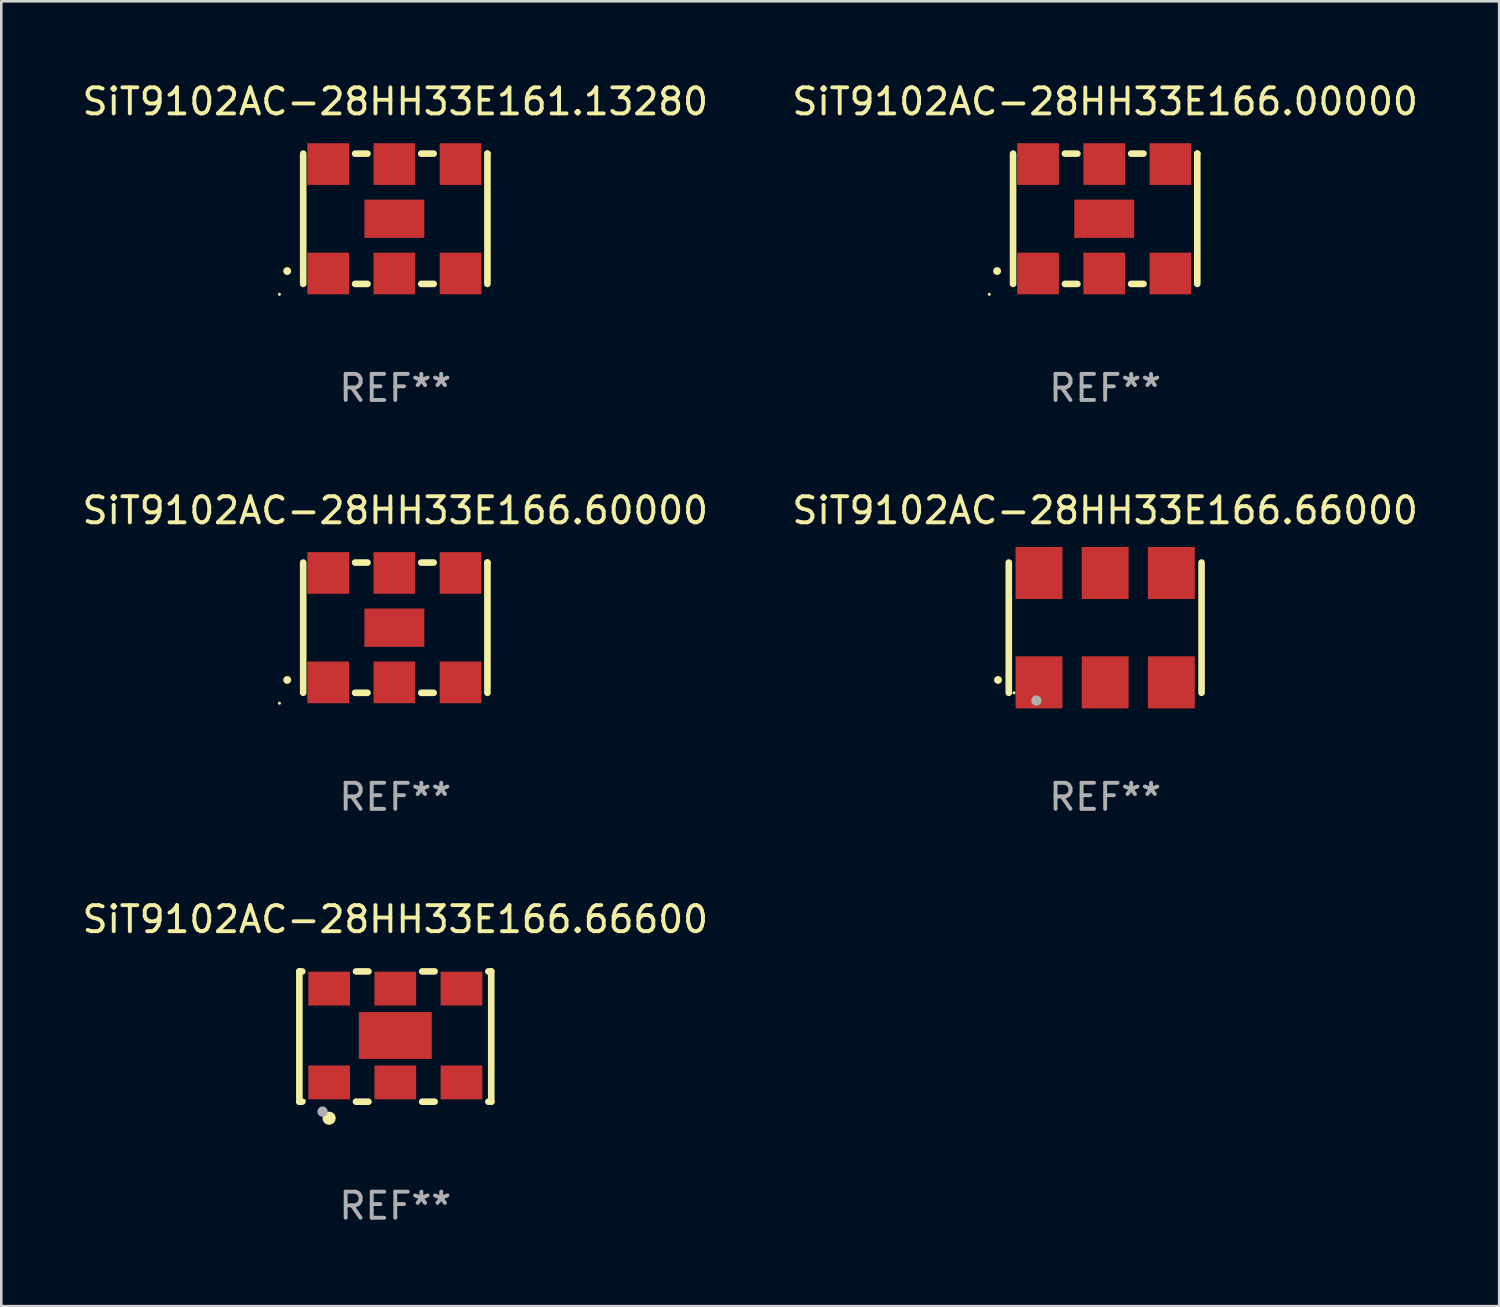
<source format=kicad_pcb>
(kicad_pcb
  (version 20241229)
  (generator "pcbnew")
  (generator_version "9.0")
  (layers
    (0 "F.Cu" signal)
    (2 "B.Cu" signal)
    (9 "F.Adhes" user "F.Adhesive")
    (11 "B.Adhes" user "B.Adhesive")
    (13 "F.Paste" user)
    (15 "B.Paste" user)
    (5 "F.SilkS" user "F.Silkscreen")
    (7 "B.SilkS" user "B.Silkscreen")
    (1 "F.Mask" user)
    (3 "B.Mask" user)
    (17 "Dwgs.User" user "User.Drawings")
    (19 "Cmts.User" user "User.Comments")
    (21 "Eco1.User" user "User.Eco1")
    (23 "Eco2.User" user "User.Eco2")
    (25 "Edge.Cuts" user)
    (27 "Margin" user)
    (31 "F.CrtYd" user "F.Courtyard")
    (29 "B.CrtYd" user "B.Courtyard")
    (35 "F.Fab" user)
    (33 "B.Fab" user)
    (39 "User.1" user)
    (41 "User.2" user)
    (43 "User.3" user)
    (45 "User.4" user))
  (footprint "SiT9102AC-28HH33E166.66000"
    (layer "F.Cu")
    (at 39.375 21.045)
    (property "Reference" "SiT9102AC-28HH33E166.66000" (at 0 -4.5 0) (layer "F.SilkS") (effects (font (size 1 1) (thickness 0.15))))
    (attr through_hole)
    (fp_line (start -3.7 -2.5) (end -3.7 2.5) (stroke (width 0.254) (type solid)) (layer "F.SilkS"))
    (fp_line (start 3.7 -2.5) (end 3.7 2.5) (stroke (width 0.254) (type solid)) (layer "F.SilkS"))
    (fp_arc (start -4.114415 2.006604) (mid -4.113145 2.006599) (end -4.111875 2.006604) (stroke (width 0.3) (type solid)) (layer "F.SilkS"))
    (fp_circle (center -3.5 2.501) (end -3.47 2.501) (stroke (width 0.06) (type solid)) (fill no) (layer "F.SilkS"))
    (fp_circle (center -2.641 2.799) (end -2.541 2.799) (stroke (width 0.2) (type solid)) (fill no) (layer "F.Fab"))
    (fp_text user "REF**" (at 0 6.5 0) (layer "F.Fab") (effects (font (size 1 1) (thickness 0.15))))
    (pad "1" smd rect (at -2.54 2.1) (size 1.8 2) (layers "F.Cu" "F.Mask" "F.Paste"))
    (pad "2" smd rect (at 0.000394 2.1) (size 1.8 2) (layers "F.Cu" "F.Mask" "F.Paste"))
    (pad "3" smd rect (at 2.54 2.1) (size 1.8 2) (layers "F.Cu" "F.Mask" "F.Paste"))
    (pad "4" smd rect (at 2.54 -2.1) (size 1.8 2) (layers "F.Cu" "F.Mask" "F.Paste"))
    (pad "5" smd rect (at 0.000394 -2.1) (size 1.8 2) (layers "F.Cu" "F.Mask" "F.Paste"))
    (pad "6" smd rect (at -2.54 -2.1) (size 1.8 2) (layers "F.Cu" "F.Mask" "F.Paste")))
  (footprint "SiT9102AC-28HH33E166.66600"
    (layer "F.Cu")
    (at 12.125 36.741)
    (property "Reference" "SiT9102AC-28HH33E166.66600" (at 0 -4.5 0) (layer "F.SilkS") (effects (font (size 1 1) (thickness 0.15))))
    (attr through_hole)
    (fp_line (start -3.683 -2.5) (end -3.571 -2.5) (stroke (width 0.254) (type solid)) (layer "F.SilkS"))
    (fp_line (start -3.683 2.5) (end -3.683 -2.5) (stroke (width 0.254) (type solid)) (layer "F.SilkS"))
    (fp_line (start -3.683 2.5) (end -3.571 2.5) (stroke (width 0.254) (type solid)) (layer "F.SilkS"))
    (fp_line (start -1.509 -2.5) (end -1.031 -2.5) (stroke (width 0.254) (type solid)) (layer "F.SilkS"))
    (fp_line (start -1.509 2.5) (end -1.031 2.5) (stroke (width 0.254) (type solid)) (layer "F.SilkS"))
    (fp_line (start 1.031 -2.5) (end 1.509 -2.5) (stroke (width 0.254) (type solid)) (layer "F.SilkS"))
    (fp_line (start 1.031 2.5) (end 1.509 2.5) (stroke (width 0.254) (type solid)) (layer "F.SilkS"))
    (fp_line (start 3.571 -2.5) (end 3.683 -2.5) (stroke (width 0.254) (type solid)) (layer "F.SilkS"))
    (fp_line (start 3.571 2.5) (end 3.683 2.5) (stroke (width 0.254) (type solid)) (layer "F.SilkS"))
    (fp_line (start 3.683 2.5) (end 3.683 -2.5) (stroke (width 0.254) (type solid)) (layer "F.SilkS"))
    (fp_circle (center -3.5 2.46) (end -3.47 2.46) (stroke (width 0.06) (type solid)) (fill no) (layer "F.SilkS"))
    (fp_circle (center -2.54 3.135) (end -2.413 3.135) (stroke (width 0.254) (type solid)) (fill no) (layer "F.SilkS"))
    (fp_circle (center -2.794 2.881) (end -2.694 2.881) (stroke (width 0.2) (type solid)) (fill no) (layer "F.Fab"))
    (fp_text user "REF**" (at 0 6.5 0) (layer "F.Fab") (effects (font (size 1 1) (thickness 0.15))))
    (pad "1" smd rect (at -2.54 1.76) (size 1.6 1.3) (layers "F.Cu" "F.Mask" "F.Paste"))
    (pad "2" smd rect (at 0 1.76) (size 1.6 1.3) (layers "F.Cu" "F.Mask" "F.Paste"))
    (pad "3" smd rect (at 2.54 1.76) (size 1.6 1.3) (layers "F.Cu" "F.Mask" "F.Paste"))
    (pad "4" smd rect (at 2.54 -1.84) (size 1.6 1.3) (layers "F.Cu" "F.Mask" "F.Paste"))
    (pad "5" smd rect (at 0 -1.84) (size 1.6 1.3) (layers "F.Cu" "F.Mask" "F.Paste"))
    (pad "6" smd rect (at -2.54 -1.84) (size 1.6 1.3) (layers "F.Cu" "F.Mask" "F.Paste"))
    (pad "7" smd rect (at 0 -0.04) (size 2.8 1.8) (layers "F.Cu" "F.Mask" "F.Paste")))
  (footprint "SiT9102AC-28HH33E161.13280"
    (layer "F.Cu")
    (at 12.125 5.348)
    (property "Reference" "SiT9102AC-28HH33E161.13280" (at 0 -4.5 0) (layer "F.SilkS") (effects (font (size 1 1) (thickness 0.15))))
    (attr through_hole)
    (fp_line (start -3.536 -2.5) (end -3.536 2.5) (stroke (width 0.254) (type solid)) (layer "F.SilkS"))
    (fp_line (start -1.544 2.5) (end -1.067 2.5) (stroke (width 0.254) (type solid)) (layer "F.SilkS"))
    (fp_line (start -1.067 -2.5) (end -1.544 -2.5) (stroke (width 0.254) (type solid)) (layer "F.SilkS"))
    (fp_line (start 0.996 2.5) (end 1.473 2.5) (stroke (width 0.254) (type solid)) (layer "F.SilkS"))
    (fp_line (start 1.473 -2.5) (end 0.996 -2.5) (stroke (width 0.254) (type solid)) (layer "F.SilkS"))
    (fp_line (start 3.536 -2.5) (end 3.536 -2.5) (stroke (width 0.254) (type solid)) (layer "F.SilkS"))
    (fp_line (start 3.536 2.5) (end 3.536 -2.5) (stroke (width 0.254) (type solid)) (layer "F.SilkS"))
    (fp_arc (start -4.150432 2.006604) (mid -4.149162 2.006599) (end -4.147892 2.006604) (stroke (width 0.3) (type solid)) (layer "F.SilkS"))
    (fp_circle (center -4.449 2.9) (end -4.419 2.9) (stroke (width 0.06) (type solid)) (fill no) (layer "F.SilkS"))
    (fp_text user "REF**" (at 0 6.5 0) (layer "F.Fab") (effects (font (size 1 1) (thickness 0.15))))
    (pad "1" smd rect (at -2.576 2.1) (size 1.6 1.6) (layers "F.Cu" "F.Mask" "F.Paste"))
    (pad "2" smd rect (at -0.036 2.1) (size 1.6 1.6) (layers "F.Cu" "F.Mask" "F.Paste"))
    (pad "3" smd rect (at 2.504 2.1) (size 1.6 1.6) (layers "F.Cu" "F.Mask" "F.Paste"))
    (pad "4" smd rect (at 2.504 -2.1) (size 1.6 1.6) (layers "F.Cu" "F.Mask" "F.Paste"))
    (pad "5" smd rect (at -0.036 -2.1) (size 1.6 1.6) (layers "F.Cu" "F.Mask" "F.Paste"))
    (pad "6" smd rect (at -2.576 -2.1) (size 1.6 1.6) (layers "F.Cu" "F.Mask" "F.Paste"))
    (pad "7" smd rect (at -0.036 0) (size 2.3 1.47) (layers "F.Cu" "F.Mask" "F.Paste")))
  (footprint "SiT9102AC-28HH33E166.60000"
    (layer "F.Cu")
    (at 12.125 21.045)
    (property "Reference" "SiT9102AC-28HH33E166.60000" (at 0 -4.5 0) (layer "F.SilkS") (effects (font (size 1 1) (thickness 0.15))))
    (attr through_hole)
    (fp_line (start -3.536 -2.5) (end -3.536 2.5) (stroke (width 0.254) (type solid)) (layer "F.SilkS"))
    (fp_line (start -1.544 2.5) (end -1.067 2.5) (stroke (width 0.254) (type solid)) (layer "F.SilkS"))
    (fp_line (start -1.067 -2.5) (end -1.544 -2.5) (stroke (width 0.254) (type solid)) (layer "F.SilkS"))
    (fp_line (start 0.996 2.5) (end 1.473 2.5) (stroke (width 0.254) (type solid)) (layer "F.SilkS"))
    (fp_line (start 1.473 -2.5) (end 0.996 -2.5) (stroke (width 0.254) (type solid)) (layer "F.SilkS"))
    (fp_line (start 3.536 -2.5) (end 3.536 -2.5) (stroke (width 0.254) (type solid)) (layer "F.SilkS"))
    (fp_line (start 3.536 2.5) (end 3.536 -2.5) (stroke (width 0.254) (type solid)) (layer "F.SilkS"))
    (fp_arc (start -4.150432 2.006604) (mid -4.149162 2.006599) (end -4.147892 2.006604) (stroke (width 0.3) (type solid)) (layer "F.SilkS"))
    (fp_circle (center -4.449 2.9) (end -4.419 2.9) (stroke (width 0.06) (type solid)) (fill no) (layer "F.SilkS"))
    (fp_text user "REF**" (at 0 6.5 0) (layer "F.Fab") (effects (font (size 1 1) (thickness 0.15))))
    (pad "1" smd rect (at -2.576 2.1) (size 1.6 1.6) (layers "F.Cu" "F.Mask" "F.Paste"))
    (pad "2" smd rect (at -0.036 2.1) (size 1.6 1.6) (layers "F.Cu" "F.Mask" "F.Paste"))
    (pad "3" smd rect (at 2.504 2.1) (size 1.6 1.6) (layers "F.Cu" "F.Mask" "F.Paste"))
    (pad "4" smd rect (at 2.504 -2.1) (size 1.6 1.6) (layers "F.Cu" "F.Mask" "F.Paste"))
    (pad "5" smd rect (at -0.036 -2.1) (size 1.6 1.6) (layers "F.Cu" "F.Mask" "F.Paste"))
    (pad "6" smd rect (at -2.576 -2.1) (size 1.6 1.6) (layers "F.Cu" "F.Mask" "F.Paste"))
    (pad "7" smd rect (at -0.036 0) (size 2.3 1.47) (layers "F.Cu" "F.Mask" "F.Paste")))
  (footprint "SiT9102AC-28HH33E166.00000"
    (layer "F.Cu")
    (at 39.375 5.348)
    (property "Reference" "SiT9102AC-28HH33E166.00000" (at 0 -4.5 0) (layer "F.SilkS") (effects (font (size 1 1) (thickness 0.15))))
    (attr through_hole)
    (fp_line (start -3.536 -2.5) (end -3.536 2.5) (stroke (width 0.254) (type solid)) (layer "F.SilkS"))
    (fp_line (start -1.544 2.5) (end -1.067 2.5) (stroke (width 0.254) (type solid)) (layer "F.SilkS"))
    (fp_line (start -1.067 -2.5) (end -1.544 -2.5) (stroke (width 0.254) (type solid)) (layer "F.SilkS"))
    (fp_line (start 0.996 2.5) (end 1.473 2.5) (stroke (width 0.254) (type solid)) (layer "F.SilkS"))
    (fp_line (start 1.473 -2.5) (end 0.996 -2.5) (stroke (width 0.254) (type solid)) (layer "F.SilkS"))
    (fp_line (start 3.536 -2.5) (end 3.536 -2.5) (stroke (width 0.254) (type solid)) (layer "F.SilkS"))
    (fp_line (start 3.536 2.5) (end 3.536 -2.5) (stroke (width 0.254) (type solid)) (layer "F.SilkS"))
    (fp_arc (start -4.150432 2.006604) (mid -4.149162 2.006599) (end -4.147892 2.006604) (stroke (width 0.3) (type solid)) (layer "F.SilkS"))
    (fp_circle (center -4.449 2.9) (end -4.419 2.9) (stroke (width 0.06) (type solid)) (fill no) (layer "F.SilkS"))
    (fp_text user "REF**" (at 0 6.5 0) (layer "F.Fab") (effects (font (size 1 1) (thickness 0.15))))
    (pad "1" smd rect (at -2.576 2.1) (size 1.6 1.6) (layers "F.Cu" "F.Mask" "F.Paste"))
    (pad "2" smd rect (at -0.036 2.1) (size 1.6 1.6) (layers "F.Cu" "F.Mask" "F.Paste"))
    (pad "3" smd rect (at 2.504 2.1) (size 1.6 1.6) (layers "F.Cu" "F.Mask" "F.Paste"))
    (pad "4" smd rect (at 2.504 -2.1) (size 1.6 1.6) (layers "F.Cu" "F.Mask" "F.Paste"))
    (pad "5" smd rect (at -0.036 -2.1) (size 1.6 1.6) (layers "F.Cu" "F.Mask" "F.Paste"))
    (pad "6" smd rect (at -2.576 -2.1) (size 1.6 1.6) (layers "F.Cu" "F.Mask" "F.Paste"))
    (pad "7" smd rect (at -0.036 0) (size 2.3 1.47) (layers "F.Cu" "F.Mask" "F.Paste")))
  (gr_rect
    (start -3 -3)
    (end 54.5 47.09)
    (stroke (width 0.1) (type default))
    (fill no)
    (layer "Edge.Cuts")))
</source>
